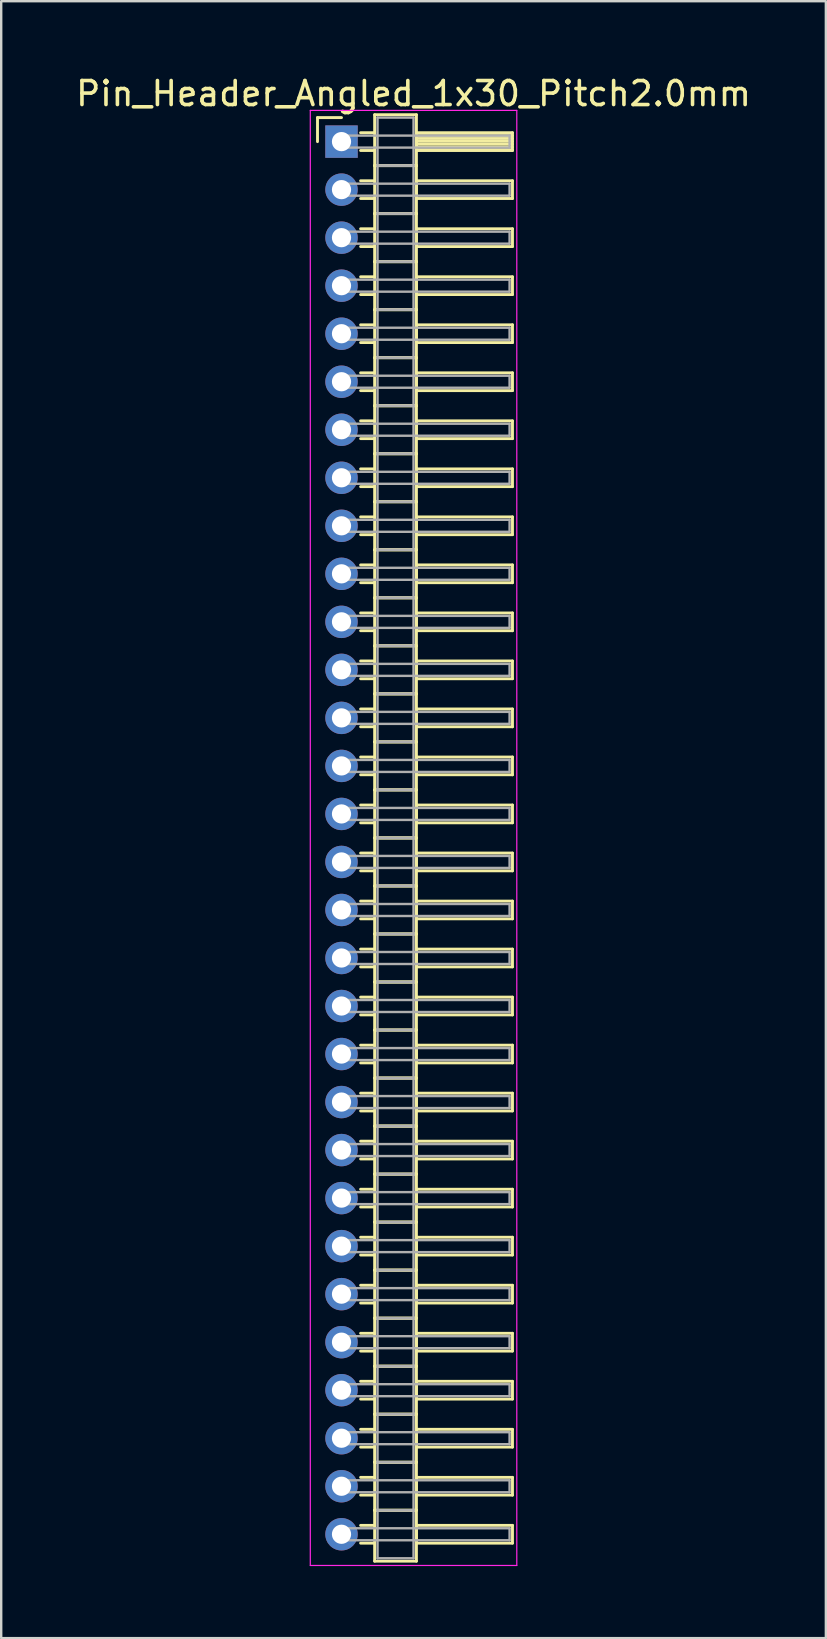
<source format=kicad_pcb>
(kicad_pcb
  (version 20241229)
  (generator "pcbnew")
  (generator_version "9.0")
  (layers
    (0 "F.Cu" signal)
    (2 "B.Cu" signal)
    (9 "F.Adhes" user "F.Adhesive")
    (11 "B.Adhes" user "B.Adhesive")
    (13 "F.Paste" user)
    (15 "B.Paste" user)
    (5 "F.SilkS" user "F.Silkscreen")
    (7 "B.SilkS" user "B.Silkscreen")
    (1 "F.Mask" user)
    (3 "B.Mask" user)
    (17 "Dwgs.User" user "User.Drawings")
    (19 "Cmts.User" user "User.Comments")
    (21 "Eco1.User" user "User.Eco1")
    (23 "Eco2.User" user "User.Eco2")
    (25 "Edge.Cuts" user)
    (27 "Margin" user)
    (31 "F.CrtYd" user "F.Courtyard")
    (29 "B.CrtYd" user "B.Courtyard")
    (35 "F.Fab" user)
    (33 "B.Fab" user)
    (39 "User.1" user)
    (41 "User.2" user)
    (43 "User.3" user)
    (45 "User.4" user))
  (footprint "Pin_Header_Angled_1x30_Pitch2.0mm"
    (layer "F.Cu")
    (at 11.173 2.848)
    (property "Reference" "Pin_Header_Angled_1x30_Pitch2.0mm" (at 3 -2 0) (layer "F.SilkS") (effects (font (size 1 1) (thickness 0.15))))
    (attr through_hole)
    (fp_line (start -1 -1) (end 0 -1) (stroke (width 0.12) (type solid)) (layer "F.SilkS"))
    (fp_line (start -1 0) (end -1 -1) (stroke (width 0.12) (type solid)) (layer "F.SilkS"))
    (fp_line (start 0.795 -0.37) (end 1.38 -0.37) (stroke (width 0.12) (type solid)) (layer "F.SilkS"))
    (fp_line (start 0.795 0.37) (end 1.38 0.37) (stroke (width 0.12) (type solid)) (layer "F.SilkS"))
    (fp_line (start 0.795 1.63) (end 1.38 1.63) (stroke (width 0.12) (type solid)) (layer "F.SilkS"))
    (fp_line (start 0.795 2.37) (end 1.38 2.37) (stroke (width 0.12) (type solid)) (layer "F.SilkS"))
    (fp_line (start 0.795 3.63) (end 1.38 3.63) (stroke (width 0.12) (type solid)) (layer "F.SilkS"))
    (fp_line (start 0.795 4.37) (end 1.38 4.37) (stroke (width 0.12) (type solid)) (layer "F.SilkS"))
    (fp_line (start 0.795 5.63) (end 1.38 5.63) (stroke (width 0.12) (type solid)) (layer "F.SilkS"))
    (fp_line (start 0.795 6.37) (end 1.38 6.37) (stroke (width 0.12) (type solid)) (layer "F.SilkS"))
    (fp_line (start 0.795 7.63) (end 1.38 7.63) (stroke (width 0.12) (type solid)) (layer "F.SilkS"))
    (fp_line (start 0.795 8.37) (end 1.38 8.37) (stroke (width 0.12) (type solid)) (layer "F.SilkS"))
    (fp_line (start 0.795 9.63) (end 1.38 9.63) (stroke (width 0.12) (type solid)) (layer "F.SilkS"))
    (fp_line (start 0.795 10.37) (end 1.38 10.37) (stroke (width 0.12) (type solid)) (layer "F.SilkS"))
    (fp_line (start 0.795 11.63) (end 1.38 11.63) (stroke (width 0.12) (type solid)) (layer "F.SilkS"))
    (fp_line (start 0.795 12.37) (end 1.38 12.37) (stroke (width 0.12) (type solid)) (layer "F.SilkS"))
    (fp_line (start 0.795 13.63) (end 1.38 13.63) (stroke (width 0.12) (type solid)) (layer "F.SilkS"))
    (fp_line (start 0.795 14.37) (end 1.38 14.37) (stroke (width 0.12) (type solid)) (layer "F.SilkS"))
    (fp_line (start 0.795 15.63) (end 1.38 15.63) (stroke (width 0.12) (type solid)) (layer "F.SilkS"))
    (fp_line (start 0.795 16.37) (end 1.38 16.37) (stroke (width 0.12) (type solid)) (layer "F.SilkS"))
    (fp_line (start 0.795 17.63) (end 1.38 17.63) (stroke (width 0.12) (type solid)) (layer "F.SilkS"))
    (fp_line (start 0.795 18.37) (end 1.38 18.37) (stroke (width 0.12) (type solid)) (layer "F.SilkS"))
    (fp_line (start 0.795 19.63) (end 1.38 19.63) (stroke (width 0.12) (type solid)) (layer "F.SilkS"))
    (fp_line (start 0.795 20.37) (end 1.38 20.37) (stroke (width 0.12) (type solid)) (layer "F.SilkS"))
    (fp_line (start 0.795 21.63) (end 1.38 21.63) (stroke (width 0.12) (type solid)) (layer "F.SilkS"))
    (fp_line (start 0.795 22.37) (end 1.38 22.37) (stroke (width 0.12) (type solid)) (layer "F.SilkS"))
    (fp_line (start 0.795 23.63) (end 1.38 23.63) (stroke (width 0.12) (type solid)) (layer "F.SilkS"))
    (fp_line (start 0.795 24.37) (end 1.38 24.37) (stroke (width 0.12) (type solid)) (layer "F.SilkS"))
    (fp_line (start 0.795 25.63) (end 1.38 25.63) (stroke (width 0.12) (type solid)) (layer "F.SilkS"))
    (fp_line (start 0.795 26.37) (end 1.38 26.37) (stroke (width 0.12) (type solid)) (layer "F.SilkS"))
    (fp_line (start 0.795 27.63) (end 1.38 27.63) (stroke (width 0.12) (type solid)) (layer "F.SilkS"))
    (fp_line (start 0.795 28.37) (end 1.38 28.37) (stroke (width 0.12) (type solid)) (layer "F.SilkS"))
    (fp_line (start 0.795 29.63) (end 1.38 29.63) (stroke (width 0.12) (type solid)) (layer "F.SilkS"))
    (fp_line (start 0.795 30.37) (end 1.38 30.37) (stroke (width 0.12) (type solid)) (layer "F.SilkS"))
    (fp_line (start 0.795 31.63) (end 1.38 31.63) (stroke (width 0.12) (type solid)) (layer "F.SilkS"))
    (fp_line (start 0.795 32.37) (end 1.38 32.37) (stroke (width 0.12) (type solid)) (layer "F.SilkS"))
    (fp_line (start 0.795 33.63) (end 1.38 33.63) (stroke (width 0.12) (type solid)) (layer "F.SilkS"))
    (fp_line (start 0.795 34.37) (end 1.38 34.37) (stroke (width 0.12) (type solid)) (layer "F.SilkS"))
    (fp_line (start 0.795 35.63) (end 1.38 35.63) (stroke (width 0.12) (type solid)) (layer "F.SilkS"))
    (fp_line (start 0.795 36.37) (end 1.38 36.37) (stroke (width 0.12) (type solid)) (layer "F.SilkS"))
    (fp_line (start 0.795 37.63) (end 1.38 37.63) (stroke (width 0.12) (type solid)) (layer "F.SilkS"))
    (fp_line (start 0.795 38.37) (end 1.38 38.37) (stroke (width 0.12) (type solid)) (layer "F.SilkS"))
    (fp_line (start 0.795 39.63) (end 1.38 39.63) (stroke (width 0.12) (type solid)) (layer "F.SilkS"))
    (fp_line (start 0.795 40.37) (end 1.38 40.37) (stroke (width 0.12) (type solid)) (layer "F.SilkS"))
    (fp_line (start 0.795 41.63) (end 1.38 41.63) (stroke (width 0.12) (type solid)) (layer "F.SilkS"))
    (fp_line (start 0.795 42.37) (end 1.38 42.37) (stroke (width 0.12) (type solid)) (layer "F.SilkS"))
    (fp_line (start 0.795 43.63) (end 1.38 43.63) (stroke (width 0.12) (type solid)) (layer "F.SilkS"))
    (fp_line (start 0.795 44.37) (end 1.38 44.37) (stroke (width 0.12) (type solid)) (layer "F.SilkS"))
    (fp_line (start 0.795 45.63) (end 1.38 45.63) (stroke (width 0.12) (type solid)) (layer "F.SilkS"))
    (fp_line (start 0.795 46.37) (end 1.38 46.37) (stroke (width 0.12) (type solid)) (layer "F.SilkS"))
    (fp_line (start 0.795 47.63) (end 1.38 47.63) (stroke (width 0.12) (type solid)) (layer "F.SilkS"))
    (fp_line (start 0.795 48.37) (end 1.38 48.37) (stroke (width 0.12) (type solid)) (layer "F.SilkS"))
    (fp_line (start 0.795 49.63) (end 1.38 49.63) (stroke (width 0.12) (type solid)) (layer "F.SilkS"))
    (fp_line (start 0.795 50.37) (end 1.38 50.37) (stroke (width 0.12) (type solid)) (layer "F.SilkS"))
    (fp_line (start 0.795 51.63) (end 1.38 51.63) (stroke (width 0.12) (type solid)) (layer "F.SilkS"))
    (fp_line (start 0.795 52.37) (end 1.38 52.37) (stroke (width 0.12) (type solid)) (layer "F.SilkS"))
    (fp_line (start 0.795 53.63) (end 1.38 53.63) (stroke (width 0.12) (type solid)) (layer "F.SilkS"))
    (fp_line (start 0.795 54.37) (end 1.38 54.37) (stroke (width 0.12) (type solid)) (layer "F.SilkS"))
    (fp_line (start 0.795 55.63) (end 1.38 55.63) (stroke (width 0.12) (type solid)) (layer "F.SilkS"))
    (fp_line (start 0.795 56.37) (end 1.38 56.37) (stroke (width 0.12) (type solid)) (layer "F.SilkS"))
    (fp_line (start 0.795 57.63) (end 1.38 57.63) (stroke (width 0.12) (type solid)) (layer "F.SilkS"))
    (fp_line (start 0.795 58.37) (end 1.38 58.37) (stroke (width 0.12) (type solid)) (layer "F.SilkS"))
    (fp_line (start 1.38 -1.12) (end 1.38 1) (stroke (width 0.12) (type solid)) (layer "F.SilkS"))
    (fp_line (start 1.38 1) (end 1.38 3) (stroke (width 0.12) (type solid)) (layer "F.SilkS"))
    (fp_line (start 1.38 1) (end 3.12 1) (stroke (width 0.12) (type solid)) (layer "F.SilkS"))
    (fp_line (start 1.38 3) (end 1.38 5) (stroke (width 0.12) (type solid)) (layer "F.SilkS"))
    (fp_line (start 1.38 3) (end 3.12 3) (stroke (width 0.12) (type solid)) (layer "F.SilkS"))
    (fp_line (start 1.38 5) (end 1.38 7) (stroke (width 0.12) (type solid)) (layer "F.SilkS"))
    (fp_line (start 1.38 5) (end 3.12 5) (stroke (width 0.12) (type solid)) (layer "F.SilkS"))
    (fp_line (start 1.38 7) (end 1.38 9) (stroke (width 0.12) (type solid)) (layer "F.SilkS"))
    (fp_line (start 1.38 7) (end 3.12 7) (stroke (width 0.12) (type solid)) (layer "F.SilkS"))
    (fp_line (start 1.38 9) (end 1.38 11) (stroke (width 0.12) (type solid)) (layer "F.SilkS"))
    (fp_line (start 1.38 9) (end 3.12 9) (stroke (width 0.12) (type solid)) (layer "F.SilkS"))
    (fp_line (start 1.38 11) (end 1.38 13) (stroke (width 0.12) (type solid)) (layer "F.SilkS"))
    (fp_line (start 1.38 11) (end 3.12 11) (stroke (width 0.12) (type solid)) (layer "F.SilkS"))
    (fp_line (start 1.38 13) (end 1.38 15) (stroke (width 0.12) (type solid)) (layer "F.SilkS"))
    (fp_line (start 1.38 13) (end 3.12 13) (stroke (width 0.12) (type solid)) (layer "F.SilkS"))
    (fp_line (start 1.38 15) (end 1.38 17) (stroke (width 0.12) (type solid)) (layer "F.SilkS"))
    (fp_line (start 1.38 15) (end 3.12 15) (stroke (width 0.12) (type solid)) (layer "F.SilkS"))
    (fp_line (start 1.38 17) (end 1.38 19) (stroke (width 0.12) (type solid)) (layer "F.SilkS"))
    (fp_line (start 1.38 17) (end 3.12 17) (stroke (width 0.12) (type solid)) (layer "F.SilkS"))
    (fp_line (start 1.38 19) (end 1.38 21) (stroke (width 0.12) (type solid)) (layer "F.SilkS"))
    (fp_line (start 1.38 19) (end 3.12 19) (stroke (width 0.12) (type solid)) (layer "F.SilkS"))
    (fp_line (start 1.38 21) (end 1.38 23) (stroke (width 0.12) (type solid)) (layer "F.SilkS"))
    (fp_line (start 1.38 21) (end 3.12 21) (stroke (width 0.12) (type solid)) (layer "F.SilkS"))
    (fp_line (start 1.38 23) (end 1.38 25) (stroke (width 0.12) (type solid)) (layer "F.SilkS"))
    (fp_line (start 1.38 23) (end 3.12 23) (stroke (width 0.12) (type solid)) (layer "F.SilkS"))
    (fp_line (start 1.38 25) (end 1.38 27) (stroke (width 0.12) (type solid)) (layer "F.SilkS"))
    (fp_line (start 1.38 25) (end 3.12 25) (stroke (width 0.12) (type solid)) (layer "F.SilkS"))
    (fp_line (start 1.38 27) (end 1.38 29) (stroke (width 0.12) (type solid)) (layer "F.SilkS"))
    (fp_line (start 1.38 27) (end 3.12 27) (stroke (width 0.12) (type solid)) (layer "F.SilkS"))
    (fp_line (start 1.38 29) (end 1.38 31) (stroke (width 0.12) (type solid)) (layer "F.SilkS"))
    (fp_line (start 1.38 29) (end 3.12 29) (stroke (width 0.12) (type solid)) (layer "F.SilkS"))
    (fp_line (start 1.38 31) (end 1.38 33) (stroke (width 0.12) (type solid)) (layer "F.SilkS"))
    (fp_line (start 1.38 31) (end 3.12 31) (stroke (width 0.12) (type solid)) (layer "F.SilkS"))
    (fp_line (start 1.38 33) (end 1.38 35) (stroke (width 0.12) (type solid)) (layer "F.SilkS"))
    (fp_line (start 1.38 33) (end 3.12 33) (stroke (width 0.12) (type solid)) (layer "F.SilkS"))
    (fp_line (start 1.38 35) (end 1.38 37) (stroke (width 0.12) (type solid)) (layer "F.SilkS"))
    (fp_line (start 1.38 35) (end 3.12 35) (stroke (width 0.12) (type solid)) (layer "F.SilkS"))
    (fp_line (start 1.38 37) (end 1.38 39) (stroke (width 0.12) (type solid)) (layer "F.SilkS"))
    (fp_line (start 1.38 37) (end 3.12 37) (stroke (width 0.12) (type solid)) (layer "F.SilkS"))
    (fp_line (start 1.38 39) (end 1.38 41) (stroke (width 0.12) (type solid)) (layer "F.SilkS"))
    (fp_line (start 1.38 39) (end 3.12 39) (stroke (width 0.12) (type solid)) (layer "F.SilkS"))
    (fp_line (start 1.38 41) (end 1.38 43) (stroke (width 0.12) (type solid)) (layer "F.SilkS"))
    (fp_line (start 1.38 41) (end 3.12 41) (stroke (width 0.12) (type solid)) (layer "F.SilkS"))
    (fp_line (start 1.38 43) (end 1.38 45) (stroke (width 0.12) (type solid)) (layer "F.SilkS"))
    (fp_line (start 1.38 43) (end 3.12 43) (stroke (width 0.12) (type solid)) (layer "F.SilkS"))
    (fp_line (start 1.38 45) (end 1.38 47) (stroke (width 0.12) (type solid)) (layer "F.SilkS"))
    (fp_line (start 1.38 45) (end 3.12 45) (stroke (width 0.12) (type solid)) (layer "F.SilkS"))
    (fp_line (start 1.38 47) (end 1.38 49) (stroke (width 0.12) (type solid)) (layer "F.SilkS"))
    (fp_line (start 1.38 47) (end 3.12 47) (stroke (width 0.12) (type solid)) (layer "F.SilkS"))
    (fp_line (start 1.38 49) (end 1.38 51) (stroke (width 0.12) (type solid)) (layer "F.SilkS"))
    (fp_line (start 1.38 49) (end 3.12 49) (stroke (width 0.12) (type solid)) (layer "F.SilkS"))
    (fp_line (start 1.38 51) (end 1.38 53) (stroke (width 0.12) (type solid)) (layer "F.SilkS"))
    (fp_line (start 1.38 51) (end 3.12 51) (stroke (width 0.12) (type solid)) (layer "F.SilkS"))
    (fp_line (start 1.38 53) (end 1.38 55) (stroke (width 0.12) (type solid)) (layer "F.SilkS"))
    (fp_line (start 1.38 53) (end 3.12 53) (stroke (width 0.12) (type solid)) (layer "F.SilkS"))
    (fp_line (start 1.38 55) (end 1.38 57) (stroke (width 0.12) (type solid)) (layer "F.SilkS"))
    (fp_line (start 1.38 55) (end 3.12 55) (stroke (width 0.12) (type solid)) (layer "F.SilkS"))
    (fp_line (start 1.38 57) (end 1.38 59.12) (stroke (width 0.12) (type solid)) (layer "F.SilkS"))
    (fp_line (start 1.38 57) (end 3.12 57) (stroke (width 0.12) (type solid)) (layer "F.SilkS"))
    (fp_line (start 1.38 59.12) (end 3.12 59.12) (stroke (width 0.12) (type solid)) (layer "F.SilkS"))
    (fp_line (start 3.12 -1.12) (end 1.38 -1.12) (stroke (width 0.12) (type solid)) (layer "F.SilkS"))
    (fp_line (start 3.12 -0.37) (end 3.12 0.37) (stroke (width 0.12) (type solid)) (layer "F.SilkS"))
    (fp_line (start 3.12 -0.25) (end 7.12 -0.25) (stroke (width 0.12) (type solid)) (layer "F.SilkS"))
    (fp_line (start 3.12 -0.13) (end 7.12 -0.13) (stroke (width 0.12) (type solid)) (layer "F.SilkS"))
    (fp_line (start 3.12 -0.01) (end 7.12 -0.01) (stroke (width 0.12) (type solid)) (layer "F.SilkS"))
    (fp_line (start 3.12 0.11) (end 7.12 0.11) (stroke (width 0.12) (type solid)) (layer "F.SilkS"))
    (fp_line (start 3.12 0.23) (end 7.12 0.23) (stroke (width 0.12) (type solid)) (layer "F.SilkS"))
    (fp_line (start 3.12 0.35) (end 7.12 0.35) (stroke (width 0.12) (type solid)) (layer "F.SilkS"))
    (fp_line (start 3.12 0.37) (end 7.12 0.37) (stroke (width 0.12) (type solid)) (layer "F.SilkS"))
    (fp_line (start 3.12 1) (end 1.38 1) (stroke (width 0.12) (type solid)) (layer "F.SilkS"))
    (fp_line (start 3.12 1) (end 3.12 -1.12) (stroke (width 0.12) (type solid)) (layer "F.SilkS"))
    (fp_line (start 3.12 1.63) (end 3.12 2.37) (stroke (width 0.12) (type solid)) (layer "F.SilkS"))
    (fp_line (start 3.12 2.37) (end 7.12 2.37) (stroke (width 0.12) (type solid)) (layer "F.SilkS"))
    (fp_line (start 3.12 3) (end 1.38 3) (stroke (width 0.12) (type solid)) (layer "F.SilkS"))
    (fp_line (start 3.12 3) (end 3.12 1) (stroke (width 0.12) (type solid)) (layer "F.SilkS"))
    (fp_line (start 3.12 3.63) (end 3.12 4.37) (stroke (width 0.12) (type solid)) (layer "F.SilkS"))
    (fp_line (start 3.12 4.37) (end 7.12 4.37) (stroke (width 0.12) (type solid)) (layer "F.SilkS"))
    (fp_line (start 3.12 5) (end 1.38 5) (stroke (width 0.12) (type solid)) (layer "F.SilkS"))
    (fp_line (start 3.12 5) (end 3.12 3) (stroke (width 0.12) (type solid)) (layer "F.SilkS"))
    (fp_line (start 3.12 5.63) (end 3.12 6.37) (stroke (width 0.12) (type solid)) (layer "F.SilkS"))
    (fp_line (start 3.12 6.37) (end 7.12 6.37) (stroke (width 0.12) (type solid)) (layer "F.SilkS"))
    (fp_line (start 3.12 7) (end 1.38 7) (stroke (width 0.12) (type solid)) (layer "F.SilkS"))
    (fp_line (start 3.12 7) (end 3.12 5) (stroke (width 0.12) (type solid)) (layer "F.SilkS"))
    (fp_line (start 3.12 7.63) (end 3.12 8.37) (stroke (width 0.12) (type solid)) (layer "F.SilkS"))
    (fp_line (start 3.12 8.37) (end 7.12 8.37) (stroke (width 0.12) (type solid)) (layer "F.SilkS"))
    (fp_line (start 3.12 9) (end 1.38 9) (stroke (width 0.12) (type solid)) (layer "F.SilkS"))
    (fp_line (start 3.12 9) (end 3.12 7) (stroke (width 0.12) (type solid)) (layer "F.SilkS"))
    (fp_line (start 3.12 9.63) (end 3.12 10.37) (stroke (width 0.12) (type solid)) (layer "F.SilkS"))
    (fp_line (start 3.12 10.37) (end 7.12 10.37) (stroke (width 0.12) (type solid)) (layer "F.SilkS"))
    (fp_line (start 3.12 11) (end 1.38 11) (stroke (width 0.12) (type solid)) (layer "F.SilkS"))
    (fp_line (start 3.12 11) (end 3.12 9) (stroke (width 0.12) (type solid)) (layer "F.SilkS"))
    (fp_line (start 3.12 11.63) (end 3.12 12.37) (stroke (width 0.12) (type solid)) (layer "F.SilkS"))
    (fp_line (start 3.12 12.37) (end 7.12 12.37) (stroke (width 0.12) (type solid)) (layer "F.SilkS"))
    (fp_line (start 3.12 13) (end 1.38 13) (stroke (width 0.12) (type solid)) (layer "F.SilkS"))
    (fp_line (start 3.12 13) (end 3.12 11) (stroke (width 0.12) (type solid)) (layer "F.SilkS"))
    (fp_line (start 3.12 13.63) (end 3.12 14.37) (stroke (width 0.12) (type solid)) (layer "F.SilkS"))
    (fp_line (start 3.12 14.37) (end 7.12 14.37) (stroke (width 0.12) (type solid)) (layer "F.SilkS"))
    (fp_line (start 3.12 15) (end 1.38 15) (stroke (width 0.12) (type solid)) (layer "F.SilkS"))
    (fp_line (start 3.12 15) (end 3.12 13) (stroke (width 0.12) (type solid)) (layer "F.SilkS"))
    (fp_line (start 3.12 15.63) (end 3.12 16.37) (stroke (width 0.12) (type solid)) (layer "F.SilkS"))
    (fp_line (start 3.12 16.37) (end 7.12 16.37) (stroke (width 0.12) (type solid)) (layer "F.SilkS"))
    (fp_line (start 3.12 17) (end 1.38 17) (stroke (width 0.12) (type solid)) (layer "F.SilkS"))
    (fp_line (start 3.12 17) (end 3.12 15) (stroke (width 0.12) (type solid)) (layer "F.SilkS"))
    (fp_line (start 3.12 17.63) (end 3.12 18.37) (stroke (width 0.12) (type solid)) (layer "F.SilkS"))
    (fp_line (start 3.12 18.37) (end 7.12 18.37) (stroke (width 0.12) (type solid)) (layer "F.SilkS"))
    (fp_line (start 3.12 19) (end 1.38 19) (stroke (width 0.12) (type solid)) (layer "F.SilkS"))
    (fp_line (start 3.12 19) (end 3.12 17) (stroke (width 0.12) (type solid)) (layer "F.SilkS"))
    (fp_line (start 3.12 19.63) (end 3.12 20.37) (stroke (width 0.12) (type solid)) (layer "F.SilkS"))
    (fp_line (start 3.12 20.37) (end 7.12 20.37) (stroke (width 0.12) (type solid)) (layer "F.SilkS"))
    (fp_line (start 3.12 21) (end 1.38 21) (stroke (width 0.12) (type solid)) (layer "F.SilkS"))
    (fp_line (start 3.12 21) (end 3.12 19) (stroke (width 0.12) (type solid)) (layer "F.SilkS"))
    (fp_line (start 3.12 21.63) (end 3.12 22.37) (stroke (width 0.12) (type solid)) (layer "F.SilkS"))
    (fp_line (start 3.12 22.37) (end 7.12 22.37) (stroke (width 0.12) (type solid)) (layer "F.SilkS"))
    (fp_line (start 3.12 23) (end 1.38 23) (stroke (width 0.12) (type solid)) (layer "F.SilkS"))
    (fp_line (start 3.12 23) (end 3.12 21) (stroke (width 0.12) (type solid)) (layer "F.SilkS"))
    (fp_line (start 3.12 23.63) (end 3.12 24.37) (stroke (width 0.12) (type solid)) (layer "F.SilkS"))
    (fp_line (start 3.12 24.37) (end 7.12 24.37) (stroke (width 0.12) (type solid)) (layer "F.SilkS"))
    (fp_line (start 3.12 25) (end 1.38 25) (stroke (width 0.12) (type solid)) (layer "F.SilkS"))
    (fp_line (start 3.12 25) (end 3.12 23) (stroke (width 0.12) (type solid)) (layer "F.SilkS"))
    (fp_line (start 3.12 25.63) (end 3.12 26.37) (stroke (width 0.12) (type solid)) (layer "F.SilkS"))
    (fp_line (start 3.12 26.37) (end 7.12 26.37) (stroke (width 0.12) (type solid)) (layer "F.SilkS"))
    (fp_line (start 3.12 27) (end 1.38 27) (stroke (width 0.12) (type solid)) (layer "F.SilkS"))
    (fp_line (start 3.12 27) (end 3.12 25) (stroke (width 0.12) (type solid)) (layer "F.SilkS"))
    (fp_line (start 3.12 27.63) (end 3.12 28.37) (stroke (width 0.12) (type solid)) (layer "F.SilkS"))
    (fp_line (start 3.12 28.37) (end 7.12 28.37) (stroke (width 0.12) (type solid)) (layer "F.SilkS"))
    (fp_line (start 3.12 29) (end 1.38 29) (stroke (width 0.12) (type solid)) (layer "F.SilkS"))
    (fp_line (start 3.12 29) (end 3.12 27) (stroke (width 0.12) (type solid)) (layer "F.SilkS"))
    (fp_line (start 3.12 29.63) (end 3.12 30.37) (stroke (width 0.12) (type solid)) (layer "F.SilkS"))
    (fp_line (start 3.12 30.37) (end 7.12 30.37) (stroke (width 0.12) (type solid)) (layer "F.SilkS"))
    (fp_line (start 3.12 31) (end 1.38 31) (stroke (width 0.12) (type solid)) (layer "F.SilkS"))
    (fp_line (start 3.12 31) (end 3.12 29) (stroke (width 0.12) (type solid)) (layer "F.SilkS"))
    (fp_line (start 3.12 31.63) (end 3.12 32.37) (stroke (width 0.12) (type solid)) (layer "F.SilkS"))
    (fp_line (start 3.12 32.37) (end 7.12 32.37) (stroke (width 0.12) (type solid)) (layer "F.SilkS"))
    (fp_line (start 3.12 33) (end 1.38 33) (stroke (width 0.12) (type solid)) (layer "F.SilkS"))
    (fp_line (start 3.12 33) (end 3.12 31) (stroke (width 0.12) (type solid)) (layer "F.SilkS"))
    (fp_line (start 3.12 33.63) (end 3.12 34.37) (stroke (width 0.12) (type solid)) (layer "F.SilkS"))
    (fp_line (start 3.12 34.37) (end 7.12 34.37) (stroke (width 0.12) (type solid)) (layer "F.SilkS"))
    (fp_line (start 3.12 35) (end 1.38 35) (stroke (width 0.12) (type solid)) (layer "F.SilkS"))
    (fp_line (start 3.12 35) (end 3.12 33) (stroke (width 0.12) (type solid)) (layer "F.SilkS"))
    (fp_line (start 3.12 35.63) (end 3.12 36.37) (stroke (width 0.12) (type solid)) (layer "F.SilkS"))
    (fp_line (start 3.12 36.37) (end 7.12 36.37) (stroke (width 0.12) (type solid)) (layer "F.SilkS"))
    (fp_line (start 3.12 37) (end 1.38 37) (stroke (width 0.12) (type solid)) (layer "F.SilkS"))
    (fp_line (start 3.12 37) (end 3.12 35) (stroke (width 0.12) (type solid)) (layer "F.SilkS"))
    (fp_line (start 3.12 37.63) (end 3.12 38.37) (stroke (width 0.12) (type solid)) (layer "F.SilkS"))
    (fp_line (start 3.12 38.37) (end 7.12 38.37) (stroke (width 0.12) (type solid)) (layer "F.SilkS"))
    (fp_line (start 3.12 39) (end 1.38 39) (stroke (width 0.12) (type solid)) (layer "F.SilkS"))
    (fp_line (start 3.12 39) (end 3.12 37) (stroke (width 0.12) (type solid)) (layer "F.SilkS"))
    (fp_line (start 3.12 39.63) (end 3.12 40.37) (stroke (width 0.12) (type solid)) (layer "F.SilkS"))
    (fp_line (start 3.12 40.37) (end 7.12 40.37) (stroke (width 0.12) (type solid)) (layer "F.SilkS"))
    (fp_line (start 3.12 41) (end 1.38 41) (stroke (width 0.12) (type solid)) (layer "F.SilkS"))
    (fp_line (start 3.12 41) (end 3.12 39) (stroke (width 0.12) (type solid)) (layer "F.SilkS"))
    (fp_line (start 3.12 41.63) (end 3.12 42.37) (stroke (width 0.12) (type solid)) (layer "F.SilkS"))
    (fp_line (start 3.12 42.37) (end 7.12 42.37) (stroke (width 0.12) (type solid)) (layer "F.SilkS"))
    (fp_line (start 3.12 43) (end 1.38 43) (stroke (width 0.12) (type solid)) (layer "F.SilkS"))
    (fp_line (start 3.12 43) (end 3.12 41) (stroke (width 0.12) (type solid)) (layer "F.SilkS"))
    (fp_line (start 3.12 43.63) (end 3.12 44.37) (stroke (width 0.12) (type solid)) (layer "F.SilkS"))
    (fp_line (start 3.12 44.37) (end 7.12 44.37) (stroke (width 0.12) (type solid)) (layer "F.SilkS"))
    (fp_line (start 3.12 45) (end 1.38 45) (stroke (width 0.12) (type solid)) (layer "F.SilkS"))
    (fp_line (start 3.12 45) (end 3.12 43) (stroke (width 0.12) (type solid)) (layer "F.SilkS"))
    (fp_line (start 3.12 45.63) (end 3.12 46.37) (stroke (width 0.12) (type solid)) (layer "F.SilkS"))
    (fp_line (start 3.12 46.37) (end 7.12 46.37) (stroke (width 0.12) (type solid)) (layer "F.SilkS"))
    (fp_line (start 3.12 47) (end 1.38 47) (stroke (width 0.12) (type solid)) (layer "F.SilkS"))
    (fp_line (start 3.12 47) (end 3.12 45) (stroke (width 0.12) (type solid)) (layer "F.SilkS"))
    (fp_line (start 3.12 47.63) (end 3.12 48.37) (stroke (width 0.12) (type solid)) (layer "F.SilkS"))
    (fp_line (start 3.12 48.37) (end 7.12 48.37) (stroke (width 0.12) (type solid)) (layer "F.SilkS"))
    (fp_line (start 3.12 49) (end 1.38 49) (stroke (width 0.12) (type solid)) (layer "F.SilkS"))
    (fp_line (start 3.12 49) (end 3.12 47) (stroke (width 0.12) (type solid)) (layer "F.SilkS"))
    (fp_line (start 3.12 49.63) (end 3.12 50.37) (stroke (width 0.12) (type solid)) (layer "F.SilkS"))
    (fp_line (start 3.12 50.37) (end 7.12 50.37) (stroke (width 0.12) (type solid)) (layer "F.SilkS"))
    (fp_line (start 3.12 51) (end 1.38 51) (stroke (width 0.12) (type solid)) (layer "F.SilkS"))
    (fp_line (start 3.12 51) (end 3.12 49) (stroke (width 0.12) (type solid)) (layer "F.SilkS"))
    (fp_line (start 3.12 51.63) (end 3.12 52.37) (stroke (width 0.12) (type solid)) (layer "F.SilkS"))
    (fp_line (start 3.12 52.37) (end 7.12 52.37) (stroke (width 0.12) (type solid)) (layer "F.SilkS"))
    (fp_line (start 3.12 53) (end 1.38 53) (stroke (width 0.12) (type solid)) (layer "F.SilkS"))
    (fp_line (start 3.12 53) (end 3.12 51) (stroke (width 0.12) (type solid)) (layer "F.SilkS"))
    (fp_line (start 3.12 53.63) (end 3.12 54.37) (stroke (width 0.12) (type solid)) (layer "F.SilkS"))
    (fp_line (start 3.12 54.37) (end 7.12 54.37) (stroke (width 0.12) (type solid)) (layer "F.SilkS"))
    (fp_line (start 3.12 55) (end 1.38 55) (stroke (width 0.12) (type solid)) (layer "F.SilkS"))
    (fp_line (start 3.12 55) (end 3.12 53) (stroke (width 0.12) (type solid)) (layer "F.SilkS"))
    (fp_line (start 3.12 55.63) (end 3.12 56.37) (stroke (width 0.12) (type solid)) (layer "F.SilkS"))
    (fp_line (start 3.12 56.37) (end 7.12 56.37) (stroke (width 0.12) (type solid)) (layer "F.SilkS"))
    (fp_line (start 3.12 57) (end 1.38 57) (stroke (width 0.12) (type solid)) (layer "F.SilkS"))
    (fp_line (start 3.12 57) (end 3.12 55) (stroke (width 0.12) (type solid)) (layer "F.SilkS"))
    (fp_line (start 3.12 57.63) (end 3.12 58.37) (stroke (width 0.12) (type solid)) (layer "F.SilkS"))
    (fp_line (start 3.12 58.37) (end 7.12 58.37) (stroke (width 0.12) (type solid)) (layer "F.SilkS"))
    (fp_line (start 3.12 59.12) (end 3.12 57) (stroke (width 0.12) (type solid)) (layer "F.SilkS"))
    (fp_line (start 7.12 -0.37) (end 3.12 -0.37) (stroke (width 0.12) (type solid)) (layer "F.SilkS"))
    (fp_line (start 7.12 0.37) (end 7.12 -0.37) (stroke (width 0.12) (type solid)) (layer "F.SilkS"))
    (fp_line (start 7.12 1.63) (end 3.12 1.63) (stroke (width 0.12) (type solid)) (layer "F.SilkS"))
    (fp_line (start 7.12 2.37) (end 7.12 1.63) (stroke (width 0.12) (type solid)) (layer "F.SilkS"))
    (fp_line (start 7.12 3.63) (end 3.12 3.63) (stroke (width 0.12) (type solid)) (layer "F.SilkS"))
    (fp_line (start 7.12 4.37) (end 7.12 3.63) (stroke (width 0.12) (type solid)) (layer "F.SilkS"))
    (fp_line (start 7.12 5.63) (end 3.12 5.63) (stroke (width 0.12) (type solid)) (layer "F.SilkS"))
    (fp_line (start 7.12 6.37) (end 7.12 5.63) (stroke (width 0.12) (type solid)) (layer "F.SilkS"))
    (fp_line (start 7.12 7.63) (end 3.12 7.63) (stroke (width 0.12) (type solid)) (layer "F.SilkS"))
    (fp_line (start 7.12 8.37) (end 7.12 7.63) (stroke (width 0.12) (type solid)) (layer "F.SilkS"))
    (fp_line (start 7.12 9.63) (end 3.12 9.63) (stroke (width 0.12) (type solid)) (layer "F.SilkS"))
    (fp_line (start 7.12 10.37) (end 7.12 9.63) (stroke (width 0.12) (type solid)) (layer "F.SilkS"))
    (fp_line (start 7.12 11.63) (end 3.12 11.63) (stroke (width 0.12) (type solid)) (layer "F.SilkS"))
    (fp_line (start 7.12 12.37) (end 7.12 11.63) (stroke (width 0.12) (type solid)) (layer "F.SilkS"))
    (fp_line (start 7.12 13.63) (end 3.12 13.63) (stroke (width 0.12) (type solid)) (layer "F.SilkS"))
    (fp_line (start 7.12 14.37) (end 7.12 13.63) (stroke (width 0.12) (type solid)) (layer "F.SilkS"))
    (fp_line (start 7.12 15.63) (end 3.12 15.63) (stroke (width 0.12) (type solid)) (layer "F.SilkS"))
    (fp_line (start 7.12 16.37) (end 7.12 15.63) (stroke (width 0.12) (type solid)) (layer "F.SilkS"))
    (fp_line (start 7.12 17.63) (end 3.12 17.63) (stroke (width 0.12) (type solid)) (layer "F.SilkS"))
    (fp_line (start 7.12 18.37) (end 7.12 17.63) (stroke (width 0.12) (type solid)) (layer "F.SilkS"))
    (fp_line (start 7.12 19.63) (end 3.12 19.63) (stroke (width 0.12) (type solid)) (layer "F.SilkS"))
    (fp_line (start 7.12 20.37) (end 7.12 19.63) (stroke (width 0.12) (type solid)) (layer "F.SilkS"))
    (fp_line (start 7.12 21.63) (end 3.12 21.63) (stroke (width 0.12) (type solid)) (layer "F.SilkS"))
    (fp_line (start 7.12 22.37) (end 7.12 21.63) (stroke (width 0.12) (type solid)) (layer "F.SilkS"))
    (fp_line (start 7.12 23.63) (end 3.12 23.63) (stroke (width 0.12) (type solid)) (layer "F.SilkS"))
    (fp_line (start 7.12 24.37) (end 7.12 23.63) (stroke (width 0.12) (type solid)) (layer "F.SilkS"))
    (fp_line (start 7.12 25.63) (end 3.12 25.63) (stroke (width 0.12) (type solid)) (layer "F.SilkS"))
    (fp_line (start 7.12 26.37) (end 7.12 25.63) (stroke (width 0.12) (type solid)) (layer "F.SilkS"))
    (fp_line (start 7.12 27.63) (end 3.12 27.63) (stroke (width 0.12) (type solid)) (layer "F.SilkS"))
    (fp_line (start 7.12 28.37) (end 7.12 27.63) (stroke (width 0.12) (type solid)) (layer "F.SilkS"))
    (fp_line (start 7.12 29.63) (end 3.12 29.63) (stroke (width 0.12) (type solid)) (layer "F.SilkS"))
    (fp_line (start 7.12 30.37) (end 7.12 29.63) (stroke (width 0.12) (type solid)) (layer "F.SilkS"))
    (fp_line (start 7.12 31.63) (end 3.12 31.63) (stroke (width 0.12) (type solid)) (layer "F.SilkS"))
    (fp_line (start 7.12 32.37) (end 7.12 31.63) (stroke (width 0.12) (type solid)) (layer "F.SilkS"))
    (fp_line (start 7.12 33.63) (end 3.12 33.63) (stroke (width 0.12) (type solid)) (layer "F.SilkS"))
    (fp_line (start 7.12 34.37) (end 7.12 33.63) (stroke (width 0.12) (type solid)) (layer "F.SilkS"))
    (fp_line (start 7.12 35.63) (end 3.12 35.63) (stroke (width 0.12) (type solid)) (layer "F.SilkS"))
    (fp_line (start 7.12 36.37) (end 7.12 35.63) (stroke (width 0.12) (type solid)) (layer "F.SilkS"))
    (fp_line (start 7.12 37.63) (end 3.12 37.63) (stroke (width 0.12) (type solid)) (layer "F.SilkS"))
    (fp_line (start 7.12 38.37) (end 7.12 37.63) (stroke (width 0.12) (type solid)) (layer "F.SilkS"))
    (fp_line (start 7.12 39.63) (end 3.12 39.63) (stroke (width 0.12) (type solid)) (layer "F.SilkS"))
    (fp_line (start 7.12 40.37) (end 7.12 39.63) (stroke (width 0.12) (type solid)) (layer "F.SilkS"))
    (fp_line (start 7.12 41.63) (end 3.12 41.63) (stroke (width 0.12) (type solid)) (layer "F.SilkS"))
    (fp_line (start 7.12 42.37) (end 7.12 41.63) (stroke (width 0.12) (type solid)) (layer "F.SilkS"))
    (fp_line (start 7.12 43.63) (end 3.12 43.63) (stroke (width 0.12) (type solid)) (layer "F.SilkS"))
    (fp_line (start 7.12 44.37) (end 7.12 43.63) (stroke (width 0.12) (type solid)) (layer "F.SilkS"))
    (fp_line (start 7.12 45.63) (end 3.12 45.63) (stroke (width 0.12) (type solid)) (layer "F.SilkS"))
    (fp_line (start 7.12 46.37) (end 7.12 45.63) (stroke (width 0.12) (type solid)) (layer "F.SilkS"))
    (fp_line (start 7.12 47.63) (end 3.12 47.63) (stroke (width 0.12) (type solid)) (layer "F.SilkS"))
    (fp_line (start 7.12 48.37) (end 7.12 47.63) (stroke (width 0.12) (type solid)) (layer "F.SilkS"))
    (fp_line (start 7.12 49.63) (end 3.12 49.63) (stroke (width 0.12) (type solid)) (layer "F.SilkS"))
    (fp_line (start 7.12 50.37) (end 7.12 49.63) (stroke (width 0.12) (type solid)) (layer "F.SilkS"))
    (fp_line (start 7.12 51.63) (end 3.12 51.63) (stroke (width 0.12) (type solid)) (layer "F.SilkS"))
    (fp_line (start 7.12 52.37) (end 7.12 51.63) (stroke (width 0.12) (type solid)) (layer "F.SilkS"))
    (fp_line (start 7.12 53.63) (end 3.12 53.63) (stroke (width 0.12) (type solid)) (layer "F.SilkS"))
    (fp_line (start 7.12 54.37) (end 7.12 53.63) (stroke (width 0.12) (type solid)) (layer "F.SilkS"))
    (fp_line (start 7.12 55.63) (end 3.12 55.63) (stroke (width 0.12) (type solid)) (layer "F.SilkS"))
    (fp_line (start 7.12 56.37) (end 7.12 55.63) (stroke (width 0.12) (type solid)) (layer "F.SilkS"))
    (fp_line (start 7.12 57.63) (end 3.12 57.63) (stroke (width 0.12) (type solid)) (layer "F.SilkS"))
    (fp_line (start 7.12 58.37) (end 7.12 57.63) (stroke (width 0.12) (type solid)) (layer "F.SilkS"))
    (fp_line (start -1.3 -1.3) (end -1.3 59.3) (stroke (width 0.05) (type solid)) (layer "F.CrtYd"))
    (fp_line (start -1.3 59.3) (end 7.3 59.3) (stroke (width 0.05) (type solid)) (layer "F.CrtYd"))
    (fp_line (start 7.3 -1.3) (end -1.3 -1.3) (stroke (width 0.05) (type solid)) (layer "F.CrtYd"))
    (fp_line (start 7.3 59.3) (end 7.3 -1.3) (stroke (width 0.05) (type solid)) (layer "F.CrtYd"))
    (fp_line (start 0 -0.25) (end 0 0.25) (stroke (width 0.1) (type solid)) (layer "F.Fab"))
    (fp_line (start 0 0.25) (end 7 0.25) (stroke (width 0.1) (type solid)) (layer "F.Fab"))
    (fp_line (start 0 1.75) (end 0 2.25) (stroke (width 0.1) (type solid)) (layer "F.Fab"))
    (fp_line (start 0 2.25) (end 7 2.25) (stroke (width 0.1) (type solid)) (layer "F.Fab"))
    (fp_line (start 0 3.75) (end 0 4.25) (stroke (width 0.1) (type solid)) (layer "F.Fab"))
    (fp_line (start 0 4.25) (end 7 4.25) (stroke (width 0.1) (type solid)) (layer "F.Fab"))
    (fp_line (start 0 5.75) (end 0 6.25) (stroke (width 0.1) (type solid)) (layer "F.Fab"))
    (fp_line (start 0 6.25) (end 7 6.25) (stroke (width 0.1) (type solid)) (layer "F.Fab"))
    (fp_line (start 0 7.75) (end 0 8.25) (stroke (width 0.1) (type solid)) (layer "F.Fab"))
    (fp_line (start 0 8.25) (end 7 8.25) (stroke (width 0.1) (type solid)) (layer "F.Fab"))
    (fp_line (start 0 9.75) (end 0 10.25) (stroke (width 0.1) (type solid)) (layer "F.Fab"))
    (fp_line (start 0 10.25) (end 7 10.25) (stroke (width 0.1) (type solid)) (layer "F.Fab"))
    (fp_line (start 0 11.75) (end 0 12.25) (stroke (width 0.1) (type solid)) (layer "F.Fab"))
    (fp_line (start 0 12.25) (end 7 12.25) (stroke (width 0.1) (type solid)) (layer "F.Fab"))
    (fp_line (start 0 13.75) (end 0 14.25) (stroke (width 0.1) (type solid)) (layer "F.Fab"))
    (fp_line (start 0 14.25) (end 7 14.25) (stroke (width 0.1) (type solid)) (layer "F.Fab"))
    (fp_line (start 0 15.75) (end 0 16.25) (stroke (width 0.1) (type solid)) (layer "F.Fab"))
    (fp_line (start 0 16.25) (end 7 16.25) (stroke (width 0.1) (type solid)) (layer "F.Fab"))
    (fp_line (start 0 17.75) (end 0 18.25) (stroke (width 0.1) (type solid)) (layer "F.Fab"))
    (fp_line (start 0 18.25) (end 7 18.25) (stroke (width 0.1) (type solid)) (layer "F.Fab"))
    (fp_line (start 0 19.75) (end 0 20.25) (stroke (width 0.1) (type solid)) (layer "F.Fab"))
    (fp_line (start 0 20.25) (end 7 20.25) (stroke (width 0.1) (type solid)) (layer "F.Fab"))
    (fp_line (start 0 21.75) (end 0 22.25) (stroke (width 0.1) (type solid)) (layer "F.Fab"))
    (fp_line (start 0 22.25) (end 7 22.25) (stroke (width 0.1) (type solid)) (layer "F.Fab"))
    (fp_line (start 0 23.75) (end 0 24.25) (stroke (width 0.1) (type solid)) (layer "F.Fab"))
    (fp_line (start 0 24.25) (end 7 24.25) (stroke (width 0.1) (type solid)) (layer "F.Fab"))
    (fp_line (start 0 25.75) (end 0 26.25) (stroke (width 0.1) (type solid)) (layer "F.Fab"))
    (fp_line (start 0 26.25) (end 7 26.25) (stroke (width 0.1) (type solid)) (layer "F.Fab"))
    (fp_line (start 0 27.75) (end 0 28.25) (stroke (width 0.1) (type solid)) (layer "F.Fab"))
    (fp_line (start 0 28.25) (end 7 28.25) (stroke (width 0.1) (type solid)) (layer "F.Fab"))
    (fp_line (start 0 29.75) (end 0 30.25) (stroke (width 0.1) (type solid)) (layer "F.Fab"))
    (fp_line (start 0 30.25) (end 7 30.25) (stroke (width 0.1) (type solid)) (layer "F.Fab"))
    (fp_line (start 0 31.75) (end 0 32.25) (stroke (width 0.1) (type solid)) (layer "F.Fab"))
    (fp_line (start 0 32.25) (end 7 32.25) (stroke (width 0.1) (type solid)) (layer "F.Fab"))
    (fp_line (start 0 33.75) (end 0 34.25) (stroke (width 0.1) (type solid)) (layer "F.Fab"))
    (fp_line (start 0 34.25) (end 7 34.25) (stroke (width 0.1) (type solid)) (layer "F.Fab"))
    (fp_line (start 0 35.75) (end 0 36.25) (stroke (width 0.1) (type solid)) (layer "F.Fab"))
    (fp_line (start 0 36.25) (end 7 36.25) (stroke (width 0.1) (type solid)) (layer "F.Fab"))
    (fp_line (start 0 37.75) (end 0 38.25) (stroke (width 0.1) (type solid)) (layer "F.Fab"))
    (fp_line (start 0 38.25) (end 7 38.25) (stroke (width 0.1) (type solid)) (layer "F.Fab"))
    (fp_line (start 0 39.75) (end 0 40.25) (stroke (width 0.1) (type solid)) (layer "F.Fab"))
    (fp_line (start 0 40.25) (end 7 40.25) (stroke (width 0.1) (type solid)) (layer "F.Fab"))
    (fp_line (start 0 41.75) (end 0 42.25) (stroke (width 0.1) (type solid)) (layer "F.Fab"))
    (fp_line (start 0 42.25) (end 7 42.25) (stroke (width 0.1) (type solid)) (layer "F.Fab"))
    (fp_line (start 0 43.75) (end 0 44.25) (stroke (width 0.1) (type solid)) (layer "F.Fab"))
    (fp_line (start 0 44.25) (end 7 44.25) (stroke (width 0.1) (type solid)) (layer "F.Fab"))
    (fp_line (start 0 45.75) (end 0 46.25) (stroke (width 0.1) (type solid)) (layer "F.Fab"))
    (fp_line (start 0 46.25) (end 7 46.25) (stroke (width 0.1) (type solid)) (layer "F.Fab"))
    (fp_line (start 0 47.75) (end 0 48.25) (stroke (width 0.1) (type solid)) (layer "F.Fab"))
    (fp_line (start 0 48.25) (end 7 48.25) (stroke (width 0.1) (type solid)) (layer "F.Fab"))
    (fp_line (start 0 49.75) (end 0 50.25) (stroke (width 0.1) (type solid)) (layer "F.Fab"))
    (fp_line (start 0 50.25) (end 7 50.25) (stroke (width 0.1) (type solid)) (layer "F.Fab"))
    (fp_line (start 0 51.75) (end 0 52.25) (stroke (width 0.1) (type solid)) (layer "F.Fab"))
    (fp_line (start 0 52.25) (end 7 52.25) (stroke (width 0.1) (type solid)) (layer "F.Fab"))
    (fp_line (start 0 53.75) (end 0 54.25) (stroke (width 0.1) (type solid)) (layer "F.Fab"))
    (fp_line (start 0 54.25) (end 7 54.25) (stroke (width 0.1) (type solid)) (layer "F.Fab"))
    (fp_line (start 0 55.75) (end 0 56.25) (stroke (width 0.1) (type solid)) (layer "F.Fab"))
    (fp_line (start 0 56.25) (end 7 56.25) (stroke (width 0.1) (type solid)) (layer "F.Fab"))
    (fp_line (start 0 57.75) (end 0 58.25) (stroke (width 0.1) (type solid)) (layer "F.Fab"))
    (fp_line (start 0 58.25) (end 7 58.25) (stroke (width 0.1) (type solid)) (layer "F.Fab"))
    (fp_line (start 1.5 -1) (end 1.5 1) (stroke (width 0.1) (type solid)) (layer "F.Fab"))
    (fp_line (start 1.5 1) (end 1.5 3) (stroke (width 0.1) (type solid)) (layer "F.Fab"))
    (fp_line (start 1.5 1) (end 3 1) (stroke (width 0.1) (type solid)) (layer "F.Fab"))
    (fp_line (start 1.5 3) (end 1.5 5) (stroke (width 0.1) (type solid)) (layer "F.Fab"))
    (fp_line (start 1.5 3) (end 3 3) (stroke (width 0.1) (type solid)) (layer "F.Fab"))
    (fp_line (start 1.5 5) (end 1.5 7) (stroke (width 0.1) (type solid)) (layer "F.Fab"))
    (fp_line (start 1.5 5) (end 3 5) (stroke (width 0.1) (type solid)) (layer "F.Fab"))
    (fp_line (start 1.5 7) (end 1.5 9) (stroke (width 0.1) (type solid)) (layer "F.Fab"))
    (fp_line (start 1.5 7) (end 3 7) (stroke (width 0.1) (type solid)) (layer "F.Fab"))
    (fp_line (start 1.5 9) (end 1.5 11) (stroke (width 0.1) (type solid)) (layer "F.Fab"))
    (fp_line (start 1.5 9) (end 3 9) (stroke (width 0.1) (type solid)) (layer "F.Fab"))
    (fp_line (start 1.5 11) (end 1.5 13) (stroke (width 0.1) (type solid)) (layer "F.Fab"))
    (fp_line (start 1.5 11) (end 3 11) (stroke (width 0.1) (type solid)) (layer "F.Fab"))
    (fp_line (start 1.5 13) (end 1.5 15) (stroke (width 0.1) (type solid)) (layer "F.Fab"))
    (fp_line (start 1.5 13) (end 3 13) (stroke (width 0.1) (type solid)) (layer "F.Fab"))
    (fp_line (start 1.5 15) (end 1.5 17) (stroke (width 0.1) (type solid)) (layer "F.Fab"))
    (fp_line (start 1.5 15) (end 3 15) (stroke (width 0.1) (type solid)) (layer "F.Fab"))
    (fp_line (start 1.5 17) (end 1.5 19) (stroke (width 0.1) (type solid)) (layer "F.Fab"))
    (fp_line (start 1.5 17) (end 3 17) (stroke (width 0.1) (type solid)) (layer "F.Fab"))
    (fp_line (start 1.5 19) (end 1.5 21) (stroke (width 0.1) (type solid)) (layer "F.Fab"))
    (fp_line (start 1.5 19) (end 3 19) (stroke (width 0.1) (type solid)) (layer "F.Fab"))
    (fp_line (start 1.5 21) (end 1.5 23) (stroke (width 0.1) (type solid)) (layer "F.Fab"))
    (fp_line (start 1.5 21) (end 3 21) (stroke (width 0.1) (type solid)) (layer "F.Fab"))
    (fp_line (start 1.5 23) (end 1.5 25) (stroke (width 0.1) (type solid)) (layer "F.Fab"))
    (fp_line (start 1.5 23) (end 3 23) (stroke (width 0.1) (type solid)) (layer "F.Fab"))
    (fp_line (start 1.5 25) (end 1.5 27) (stroke (width 0.1) (type solid)) (layer "F.Fab"))
    (fp_line (start 1.5 25) (end 3 25) (stroke (width 0.1) (type solid)) (layer "F.Fab"))
    (fp_line (start 1.5 27) (end 1.5 29) (stroke (width 0.1) (type solid)) (layer "F.Fab"))
    (fp_line (start 1.5 27) (end 3 27) (stroke (width 0.1) (type solid)) (layer "F.Fab"))
    (fp_line (start 1.5 29) (end 1.5 31) (stroke (width 0.1) (type solid)) (layer "F.Fab"))
    (fp_line (start 1.5 29) (end 3 29) (stroke (width 0.1) (type solid)) (layer "F.Fab"))
    (fp_line (start 1.5 31) (end 1.5 33) (stroke (width 0.1) (type solid)) (layer "F.Fab"))
    (fp_line (start 1.5 31) (end 3 31) (stroke (width 0.1) (type solid)) (layer "F.Fab"))
    (fp_line (start 1.5 33) (end 1.5 35) (stroke (width 0.1) (type solid)) (layer "F.Fab"))
    (fp_line (start 1.5 33) (end 3 33) (stroke (width 0.1) (type solid)) (layer "F.Fab"))
    (fp_line (start 1.5 35) (end 1.5 37) (stroke (width 0.1) (type solid)) (layer "F.Fab"))
    (fp_line (start 1.5 35) (end 3 35) (stroke (width 0.1) (type solid)) (layer "F.Fab"))
    (fp_line (start 1.5 37) (end 1.5 39) (stroke (width 0.1) (type solid)) (layer "F.Fab"))
    (fp_line (start 1.5 37) (end 3 37) (stroke (width 0.1) (type solid)) (layer "F.Fab"))
    (fp_line (start 1.5 39) (end 1.5 41) (stroke (width 0.1) (type solid)) (layer "F.Fab"))
    (fp_line (start 1.5 39) (end 3 39) (stroke (width 0.1) (type solid)) (layer "F.Fab"))
    (fp_line (start 1.5 41) (end 1.5 43) (stroke (width 0.1) (type solid)) (layer "F.Fab"))
    (fp_line (start 1.5 41) (end 3 41) (stroke (width 0.1) (type solid)) (layer "F.Fab"))
    (fp_line (start 1.5 43) (end 1.5 45) (stroke (width 0.1) (type solid)) (layer "F.Fab"))
    (fp_line (start 1.5 43) (end 3 43) (stroke (width 0.1) (type solid)) (layer "F.Fab"))
    (fp_line (start 1.5 45) (end 1.5 47) (stroke (width 0.1) (type solid)) (layer "F.Fab"))
    (fp_line (start 1.5 45) (end 3 45) (stroke (width 0.1) (type solid)) (layer "F.Fab"))
    (fp_line (start 1.5 47) (end 1.5 49) (stroke (width 0.1) (type solid)) (layer "F.Fab"))
    (fp_line (start 1.5 47) (end 3 47) (stroke (width 0.1) (type solid)) (layer "F.Fab"))
    (fp_line (start 1.5 49) (end 1.5 51) (stroke (width 0.1) (type solid)) (layer "F.Fab"))
    (fp_line (start 1.5 49) (end 3 49) (stroke (width 0.1) (type solid)) (layer "F.Fab"))
    (fp_line (start 1.5 51) (end 1.5 53) (stroke (width 0.1) (type solid)) (layer "F.Fab"))
    (fp_line (start 1.5 51) (end 3 51) (stroke (width 0.1) (type solid)) (layer "F.Fab"))
    (fp_line (start 1.5 53) (end 1.5 55) (stroke (width 0.1) (type solid)) (layer "F.Fab"))
    (fp_line (start 1.5 53) (end 3 53) (stroke (width 0.1) (type solid)) (layer "F.Fab"))
    (fp_line (start 1.5 55) (end 1.5 57) (stroke (width 0.1) (type solid)) (layer "F.Fab"))
    (fp_line (start 1.5 55) (end 3 55) (stroke (width 0.1) (type solid)) (layer "F.Fab"))
    (fp_line (start 1.5 57) (end 1.5 59) (stroke (width 0.1) (type solid)) (layer "F.Fab"))
    (fp_line (start 1.5 57) (end 3 57) (stroke (width 0.1) (type solid)) (layer "F.Fab"))
    (fp_line (start 1.5 59) (end 3 59) (stroke (width 0.1) (type solid)) (layer "F.Fab"))
    (fp_line (start 3 -1) (end 1.5 -1) (stroke (width 0.1) (type solid)) (layer "F.Fab"))
    (fp_line (start 3 1) (end 1.5 1) (stroke (width 0.1) (type solid)) (layer "F.Fab"))
    (fp_line (start 3 1) (end 3 -1) (stroke (width 0.1) (type solid)) (layer "F.Fab"))
    (fp_line (start 3 3) (end 1.5 3) (stroke (width 0.1) (type solid)) (layer "F.Fab"))
    (fp_line (start 3 3) (end 3 1) (stroke (width 0.1) (type solid)) (layer "F.Fab"))
    (fp_line (start 3 5) (end 1.5 5) (stroke (width 0.1) (type solid)) (layer "F.Fab"))
    (fp_line (start 3 5) (end 3 3) (stroke (width 0.1) (type solid)) (layer "F.Fab"))
    (fp_line (start 3 7) (end 1.5 7) (stroke (width 0.1) (type solid)) (layer "F.Fab"))
    (fp_line (start 3 7) (end 3 5) (stroke (width 0.1) (type solid)) (layer "F.Fab"))
    (fp_line (start 3 9) (end 1.5 9) (stroke (width 0.1) (type solid)) (layer "F.Fab"))
    (fp_line (start 3 9) (end 3 7) (stroke (width 0.1) (type solid)) (layer "F.Fab"))
    (fp_line (start 3 11) (end 1.5 11) (stroke (width 0.1) (type solid)) (layer "F.Fab"))
    (fp_line (start 3 11) (end 3 9) (stroke (width 0.1) (type solid)) (layer "F.Fab"))
    (fp_line (start 3 13) (end 1.5 13) (stroke (width 0.1) (type solid)) (layer "F.Fab"))
    (fp_line (start 3 13) (end 3 11) (stroke (width 0.1) (type solid)) (layer "F.Fab"))
    (fp_line (start 3 15) (end 1.5 15) (stroke (width 0.1) (type solid)) (layer "F.Fab"))
    (fp_line (start 3 15) (end 3 13) (stroke (width 0.1) (type solid)) (layer "F.Fab"))
    (fp_line (start 3 17) (end 1.5 17) (stroke (width 0.1) (type solid)) (layer "F.Fab"))
    (fp_line (start 3 17) (end 3 15) (stroke (width 0.1) (type solid)) (layer "F.Fab"))
    (fp_line (start 3 19) (end 1.5 19) (stroke (width 0.1) (type solid)) (layer "F.Fab"))
    (fp_line (start 3 19) (end 3 17) (stroke (width 0.1) (type solid)) (layer "F.Fab"))
    (fp_line (start 3 21) (end 1.5 21) (stroke (width 0.1) (type solid)) (layer "F.Fab"))
    (fp_line (start 3 21) (end 3 19) (stroke (width 0.1) (type solid)) (layer "F.Fab"))
    (fp_line (start 3 23) (end 1.5 23) (stroke (width 0.1) (type solid)) (layer "F.Fab"))
    (fp_line (start 3 23) (end 3 21) (stroke (width 0.1) (type solid)) (layer "F.Fab"))
    (fp_line (start 3 25) (end 1.5 25) (stroke (width 0.1) (type solid)) (layer "F.Fab"))
    (fp_line (start 3 25) (end 3 23) (stroke (width 0.1) (type solid)) (layer "F.Fab"))
    (fp_line (start 3 27) (end 1.5 27) (stroke (width 0.1) (type solid)) (layer "F.Fab"))
    (fp_line (start 3 27) (end 3 25) (stroke (width 0.1) (type solid)) (layer "F.Fab"))
    (fp_line (start 3 29) (end 1.5 29) (stroke (width 0.1) (type solid)) (layer "F.Fab"))
    (fp_line (start 3 29) (end 3 27) (stroke (width 0.1) (type solid)) (layer "F.Fab"))
    (fp_line (start 3 31) (end 1.5 31) (stroke (width 0.1) (type solid)) (layer "F.Fab"))
    (fp_line (start 3 31) (end 3 29) (stroke (width 0.1) (type solid)) (layer "F.Fab"))
    (fp_line (start 3 33) (end 1.5 33) (stroke (width 0.1) (type solid)) (layer "F.Fab"))
    (fp_line (start 3 33) (end 3 31) (stroke (width 0.1) (type solid)) (layer "F.Fab"))
    (fp_line (start 3 35) (end 1.5 35) (stroke (width 0.1) (type solid)) (layer "F.Fab"))
    (fp_line (start 3 35) (end 3 33) (stroke (width 0.1) (type solid)) (layer "F.Fab"))
    (fp_line (start 3 37) (end 1.5 37) (stroke (width 0.1) (type solid)) (layer "F.Fab"))
    (fp_line (start 3 37) (end 3 35) (stroke (width 0.1) (type solid)) (layer "F.Fab"))
    (fp_line (start 3 39) (end 1.5 39) (stroke (width 0.1) (type solid)) (layer "F.Fab"))
    (fp_line (start 3 39) (end 3 37) (stroke (width 0.1) (type solid)) (layer "F.Fab"))
    (fp_line (start 3 41) (end 1.5 41) (stroke (width 0.1) (type solid)) (layer "F.Fab"))
    (fp_line (start 3 41) (end 3 39) (stroke (width 0.1) (type solid)) (layer "F.Fab"))
    (fp_line (start 3 43) (end 1.5 43) (stroke (width 0.1) (type solid)) (layer "F.Fab"))
    (fp_line (start 3 43) (end 3 41) (stroke (width 0.1) (type solid)) (layer "F.Fab"))
    (fp_line (start 3 45) (end 1.5 45) (stroke (width 0.1) (type solid)) (layer "F.Fab"))
    (fp_line (start 3 45) (end 3 43) (stroke (width 0.1) (type solid)) (layer "F.Fab"))
    (fp_line (start 3 47) (end 1.5 47) (stroke (width 0.1) (type solid)) (layer "F.Fab"))
    (fp_line (start 3 47) (end 3 45) (stroke (width 0.1) (type solid)) (layer "F.Fab"))
    (fp_line (start 3 49) (end 1.5 49) (stroke (width 0.1) (type solid)) (layer "F.Fab"))
    (fp_line (start 3 49) (end 3 47) (stroke (width 0.1) (type solid)) (layer "F.Fab"))
    (fp_line (start 3 51) (end 1.5 51) (stroke (width 0.1) (type solid)) (layer "F.Fab"))
    (fp_line (start 3 51) (end 3 49) (stroke (width 0.1) (type solid)) (layer "F.Fab"))
    (fp_line (start 3 53) (end 1.5 53) (stroke (width 0.1) (type solid)) (layer "F.Fab"))
    (fp_line (start 3 53) (end 3 51) (stroke (width 0.1) (type solid)) (layer "F.Fab"))
    (fp_line (start 3 55) (end 1.5 55) (stroke (width 0.1) (type solid)) (layer "F.Fab"))
    (fp_line (start 3 55) (end 3 53) (stroke (width 0.1) (type solid)) (layer "F.Fab"))
    (fp_line (start 3 57) (end 1.5 57) (stroke (width 0.1) (type solid)) (layer "F.Fab"))
    (fp_line (start 3 57) (end 3 55) (stroke (width 0.1) (type solid)) (layer "F.Fab"))
    (fp_line (start 3 59) (end 3 57) (stroke (width 0.1) (type solid)) (layer "F.Fab"))
    (fp_line (start 7 -0.25) (end 0 -0.25) (stroke (width 0.1) (type solid)) (layer "F.Fab"))
    (fp_line (start 7 0.25) (end 7 -0.25) (stroke (width 0.1) (type solid)) (layer "F.Fab"))
    (fp_line (start 7 1.75) (end 0 1.75) (stroke (width 0.1) (type solid)) (layer "F.Fab"))
    (fp_line (start 7 2.25) (end 7 1.75) (stroke (width 0.1) (type solid)) (layer "F.Fab"))
    (fp_line (start 7 3.75) (end 0 3.75) (stroke (width 0.1) (type solid)) (layer "F.Fab"))
    (fp_line (start 7 4.25) (end 7 3.75) (stroke (width 0.1) (type solid)) (layer "F.Fab"))
    (fp_line (start 7 5.75) (end 0 5.75) (stroke (width 0.1) (type solid)) (layer "F.Fab"))
    (fp_line (start 7 6.25) (end 7 5.75) (stroke (width 0.1) (type solid)) (layer "F.Fab"))
    (fp_line (start 7 7.75) (end 0 7.75) (stroke (width 0.1) (type solid)) (layer "F.Fab"))
    (fp_line (start 7 8.25) (end 7 7.75) (stroke (width 0.1) (type solid)) (layer "F.Fab"))
    (fp_line (start 7 9.75) (end 0 9.75) (stroke (width 0.1) (type solid)) (layer "F.Fab"))
    (fp_line (start 7 10.25) (end 7 9.75) (stroke (width 0.1) (type solid)) (layer "F.Fab"))
    (fp_line (start 7 11.75) (end 0 11.75) (stroke (width 0.1) (type solid)) (layer "F.Fab"))
    (fp_line (start 7 12.25) (end 7 11.75) (stroke (width 0.1) (type solid)) (layer "F.Fab"))
    (fp_line (start 7 13.75) (end 0 13.75) (stroke (width 0.1) (type solid)) (layer "F.Fab"))
    (fp_line (start 7 14.25) (end 7 13.75) (stroke (width 0.1) (type solid)) (layer "F.Fab"))
    (fp_line (start 7 15.75) (end 0 15.75) (stroke (width 0.1) (type solid)) (layer "F.Fab"))
    (fp_line (start 7 16.25) (end 7 15.75) (stroke (width 0.1) (type solid)) (layer "F.Fab"))
    (fp_line (start 7 17.75) (end 0 17.75) (stroke (width 0.1) (type solid)) (layer "F.Fab"))
    (fp_line (start 7 18.25) (end 7 17.75) (stroke (width 0.1) (type solid)) (layer "F.Fab"))
    (fp_line (start 7 19.75) (end 0 19.75) (stroke (width 0.1) (type solid)) (layer "F.Fab"))
    (fp_line (start 7 20.25) (end 7 19.75) (stroke (width 0.1) (type solid)) (layer "F.Fab"))
    (fp_line (start 7 21.75) (end 0 21.75) (stroke (width 0.1) (type solid)) (layer "F.Fab"))
    (fp_line (start 7 22.25) (end 7 21.75) (stroke (width 0.1) (type solid)) (layer "F.Fab"))
    (fp_line (start 7 23.75) (end 0 23.75) (stroke (width 0.1) (type solid)) (layer "F.Fab"))
    (fp_line (start 7 24.25) (end 7 23.75) (stroke (width 0.1) (type solid)) (layer "F.Fab"))
    (fp_line (start 7 25.75) (end 0 25.75) (stroke (width 0.1) (type solid)) (layer "F.Fab"))
    (fp_line (start 7 26.25) (end 7 25.75) (stroke (width 0.1) (type solid)) (layer "F.Fab"))
    (fp_line (start 7 27.75) (end 0 27.75) (stroke (width 0.1) (type solid)) (layer "F.Fab"))
    (fp_line (start 7 28.25) (end 7 27.75) (stroke (width 0.1) (type solid)) (layer "F.Fab"))
    (fp_line (start 7 29.75) (end 0 29.75) (stroke (width 0.1) (type solid)) (layer "F.Fab"))
    (fp_line (start 7 30.25) (end 7 29.75) (stroke (width 0.1) (type solid)) (layer "F.Fab"))
    (fp_line (start 7 31.75) (end 0 31.75) (stroke (width 0.1) (type solid)) (layer "F.Fab"))
    (fp_line (start 7 32.25) (end 7 31.75) (stroke (width 0.1) (type solid)) (layer "F.Fab"))
    (fp_line (start 7 33.75) (end 0 33.75) (stroke (width 0.1) (type solid)) (layer "F.Fab"))
    (fp_line (start 7 34.25) (end 7 33.75) (stroke (width 0.1) (type solid)) (layer "F.Fab"))
    (fp_line (start 7 35.75) (end 0 35.75) (stroke (width 0.1) (type solid)) (layer "F.Fab"))
    (fp_line (start 7 36.25) (end 7 35.75) (stroke (width 0.1) (type solid)) (layer "F.Fab"))
    (fp_line (start 7 37.75) (end 0 37.75) (stroke (width 0.1) (type solid)) (layer "F.Fab"))
    (fp_line (start 7 38.25) (end 7 37.75) (stroke (width 0.1) (type solid)) (layer "F.Fab"))
    (fp_line (start 7 39.75) (end 0 39.75) (stroke (width 0.1) (type solid)) (layer "F.Fab"))
    (fp_line (start 7 40.25) (end 7 39.75) (stroke (width 0.1) (type solid)) (layer "F.Fab"))
    (fp_line (start 7 41.75) (end 0 41.75) (stroke (width 0.1) (type solid)) (layer "F.Fab"))
    (fp_line (start 7 42.25) (end 7 41.75) (stroke (width 0.1) (type solid)) (layer "F.Fab"))
    (fp_line (start 7 43.75) (end 0 43.75) (stroke (width 0.1) (type solid)) (layer "F.Fab"))
    (fp_line (start 7 44.25) (end 7 43.75) (stroke (width 0.1) (type solid)) (layer "F.Fab"))
    (fp_line (start 7 45.75) (end 0 45.75) (stroke (width 0.1) (type solid)) (layer "F.Fab"))
    (fp_line (start 7 46.25) (end 7 45.75) (stroke (width 0.1) (type solid)) (layer "F.Fab"))
    (fp_line (start 7 47.75) (end 0 47.75) (stroke (width 0.1) (type solid)) (layer "F.Fab"))
    (fp_line (start 7 48.25) (end 7 47.75) (stroke (width 0.1) (type solid)) (layer "F.Fab"))
    (fp_line (start 7 49.75) (end 0 49.75) (stroke (width 0.1) (type solid)) (layer "F.Fab"))
    (fp_line (start 7 50.25) (end 7 49.75) (stroke (width 0.1) (type solid)) (layer "F.Fab"))
    (fp_line (start 7 51.75) (end 0 51.75) (stroke (width 0.1) (type solid)) (layer "F.Fab"))
    (fp_line (start 7 52.25) (end 7 51.75) (stroke (width 0.1) (type solid)) (layer "F.Fab"))
    (fp_line (start 7 53.75) (end 0 53.75) (stroke (width 0.1) (type solid)) (layer "F.Fab"))
    (fp_line (start 7 54.25) (end 7 53.75) (stroke (width 0.1) (type solid)) (layer "F.Fab"))
    (fp_line (start 7 55.75) (end 0 55.75) (stroke (width 0.1) (type solid)) (layer "F.Fab"))
    (fp_line (start 7 56.25) (end 7 55.75) (stroke (width 0.1) (type solid)) (layer "F.Fab"))
    (fp_line (start 7 57.75) (end 0 57.75) (stroke (width 0.1) (type solid)) (layer "F.Fab"))
    (fp_line (start 7 58.25) (end 7 57.75) (stroke (width 0.1) (type solid)) (layer "F.Fab"))
    (pad "1" thru_hole rect (at 0 0) (size 1.35 1.35) (drill 0.8) (layers "*.Cu" "*.Mask"))
    (pad "2" thru_hole oval (at 0 2) (size 1.35 1.35) (drill 0.8) (layers "*.Cu" "*.Mask"))
    (pad "3" thru_hole oval (at 0 4) (size 1.35 1.35) (drill 0.8) (layers "*.Cu" "*.Mask"))
    (pad "4" thru_hole oval (at 0 6) (size 1.35 1.35) (drill 0.8) (layers "*.Cu" "*.Mask"))
    (pad "5" thru_hole oval (at 0 8) (size 1.35 1.35) (drill 0.8) (layers "*.Cu" "*.Mask"))
    (pad "6" thru_hole oval (at 0 10) (size 1.35 1.35) (drill 0.8) (layers "*.Cu" "*.Mask"))
    (pad "7" thru_hole oval (at 0 12) (size 1.35 1.35) (drill 0.8) (layers "*.Cu" "*.Mask"))
    (pad "8" thru_hole oval (at 0 14) (size 1.35 1.35) (drill 0.8) (layers "*.Cu" "*.Mask"))
    (pad "9" thru_hole oval (at 0 16) (size 1.35 1.35) (drill 0.8) (layers "*.Cu" "*.Mask"))
    (pad "10" thru_hole oval (at 0 18) (size 1.35 1.35) (drill 0.8) (layers "*.Cu" "*.Mask"))
    (pad "11" thru_hole oval (at 0 20) (size 1.35 1.35) (drill 0.8) (layers "*.Cu" "*.Mask"))
    (pad "12" thru_hole oval (at 0 22) (size 1.35 1.35) (drill 0.8) (layers "*.Cu" "*.Mask"))
    (pad "13" thru_hole oval (at 0 24) (size 1.35 1.35) (drill 0.8) (layers "*.Cu" "*.Mask"))
    (pad "14" thru_hole oval (at 0 26) (size 1.35 1.35) (drill 0.8) (layers "*.Cu" "*.Mask"))
    (pad "15" thru_hole oval (at 0 28) (size 1.35 1.35) (drill 0.8) (layers "*.Cu" "*.Mask"))
    (pad "16" thru_hole oval (at 0 30) (size 1.35 1.35) (drill 0.8) (layers "*.Cu" "*.Mask"))
    (pad "17" thru_hole oval (at 0 32) (size 1.35 1.35) (drill 0.8) (layers "*.Cu" "*.Mask"))
    (pad "18" thru_hole oval (at 0 34) (size 1.35 1.35) (drill 0.8) (layers "*.Cu" "*.Mask"))
    (pad "19" thru_hole oval (at 0 36) (size 1.35 1.35) (drill 0.8) (layers "*.Cu" "*.Mask"))
    (pad "20" thru_hole oval (at 0 38) (size 1.35 1.35) (drill 0.8) (layers "*.Cu" "*.Mask"))
    (pad "21" thru_hole oval (at 0 40) (size 1.35 1.35) (drill 0.8) (layers "*.Cu" "*.Mask"))
    (pad "22" thru_hole oval (at 0 42) (size 1.35 1.35) (drill 0.8) (layers "*.Cu" "*.Mask"))
    (pad "23" thru_hole oval (at 0 44) (size 1.35 1.35) (drill 0.8) (layers "*.Cu" "*.Mask"))
    (pad "24" thru_hole oval (at 0 46) (size 1.35 1.35) (drill 0.8) (layers "*.Cu" "*.Mask"))
    (pad "25" thru_hole oval (at 0 48) (size 1.35 1.35) (drill 0.8) (layers "*.Cu" "*.Mask"))
    (pad "26" thru_hole oval (at 0 50) (size 1.35 1.35) (drill 0.8) (layers "*.Cu" "*.Mask"))
    (pad "27" thru_hole oval (at 0 52) (size 1.35 1.35) (drill 0.8) (layers "*.Cu" "*.Mask"))
    (pad "28" thru_hole oval (at 0 54) (size 1.35 1.35) (drill 0.8) (layers "*.Cu" "*.Mask"))
    (pad "29" thru_hole oval (at 0 56) (size 1.35 1.35) (drill 0.8) (layers "*.Cu" "*.Mask"))
    (pad "30" thru_hole oval (at 0 58) (size 1.35 1.35) (drill 0.8) (layers "*.Cu" "*.Mask")))
  (gr_rect
    (start -3 -3)
    (end 31.345 65.173)
    (stroke (width 0.1) (type default))
    (fill no)
    (layer "Edge.Cuts")))
</source>
